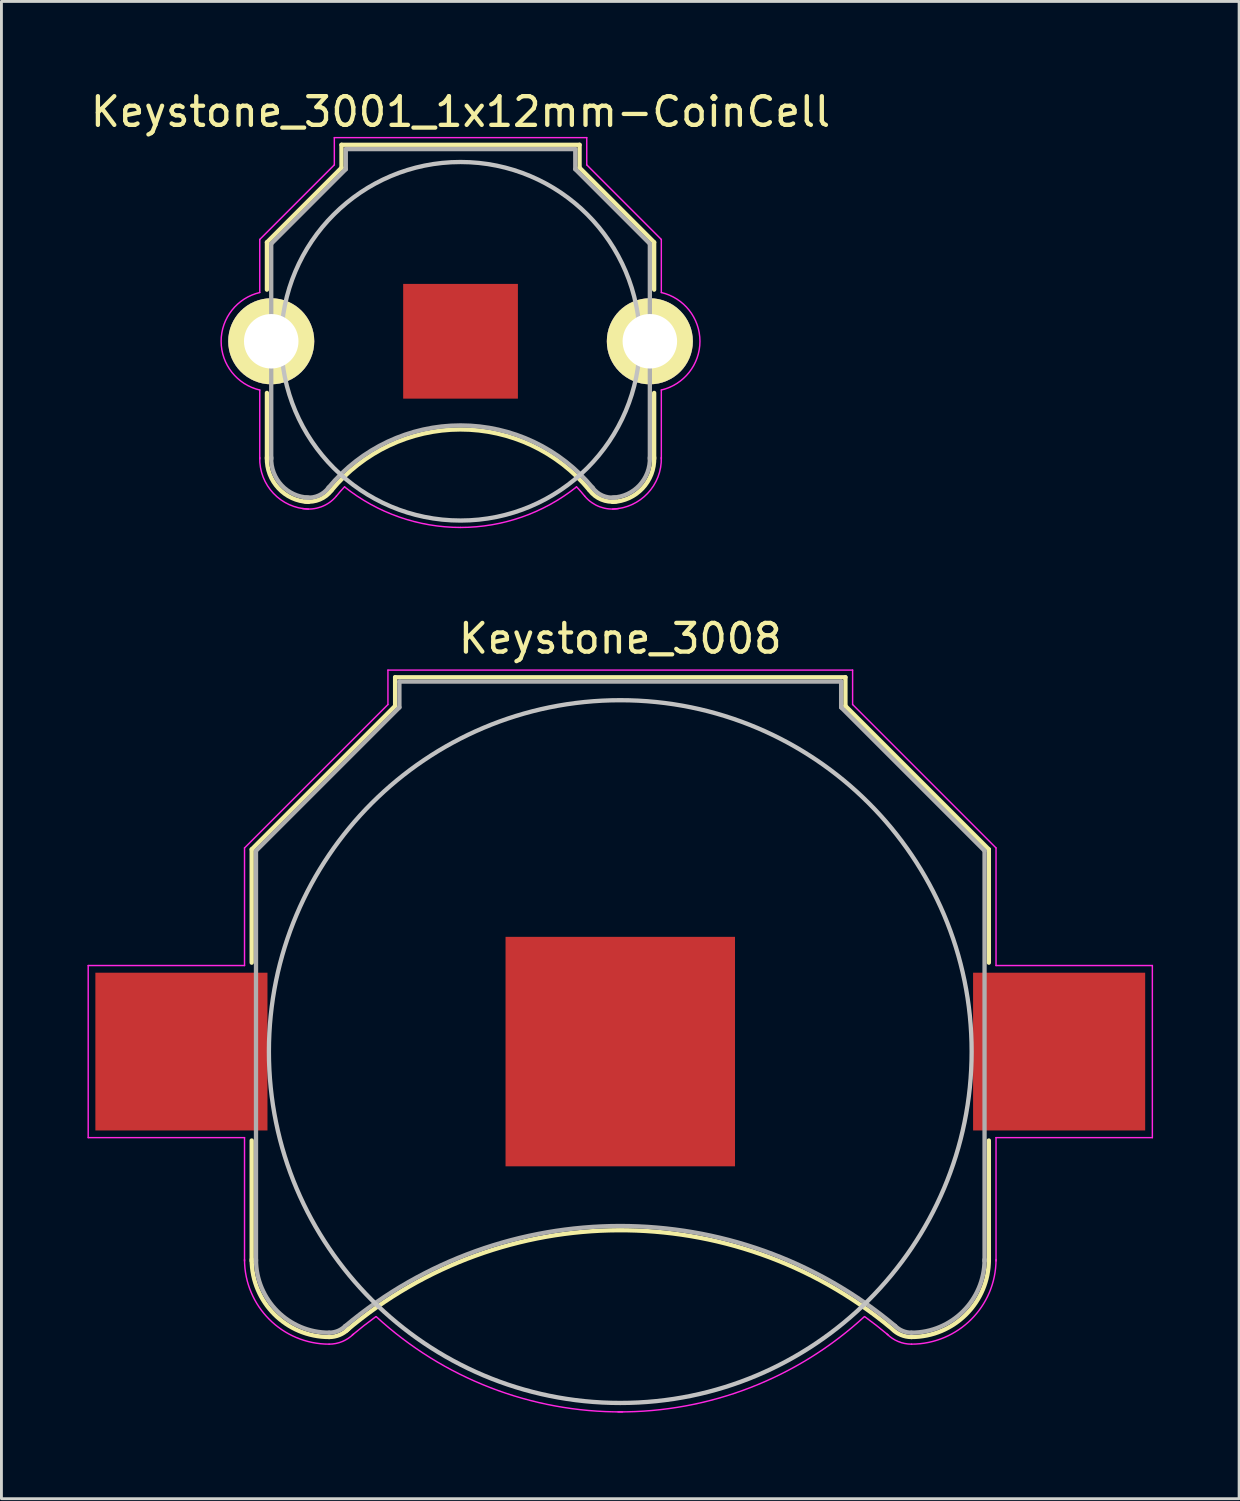
<source format=kicad_pcb>
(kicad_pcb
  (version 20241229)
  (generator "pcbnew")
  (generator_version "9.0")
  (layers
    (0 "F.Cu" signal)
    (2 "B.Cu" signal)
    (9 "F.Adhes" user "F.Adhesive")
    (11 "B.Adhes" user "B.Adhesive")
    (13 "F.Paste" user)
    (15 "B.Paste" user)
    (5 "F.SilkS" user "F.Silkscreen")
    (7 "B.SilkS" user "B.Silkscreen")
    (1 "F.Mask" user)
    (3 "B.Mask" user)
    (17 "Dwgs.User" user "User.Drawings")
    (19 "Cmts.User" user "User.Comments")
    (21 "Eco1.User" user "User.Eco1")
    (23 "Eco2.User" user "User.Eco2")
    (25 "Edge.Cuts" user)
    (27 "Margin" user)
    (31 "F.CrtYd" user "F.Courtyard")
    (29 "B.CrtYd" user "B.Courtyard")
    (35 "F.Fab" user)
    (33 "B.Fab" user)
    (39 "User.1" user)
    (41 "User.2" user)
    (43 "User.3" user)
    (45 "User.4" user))
  (footprint "Keystone_3008"
    (layer "F.Cu")
    (at 18.575 33.612)
    (property "Reference" "Keystone_3008" (at 0 -14.4 0) (layer "F.SilkS") (effects (font (size 1 1) (thickness 0.15))))
    (attr smd)
    (fp_line (start -12.85 -7.05) (end -12.85 -3.1) (stroke (width 0.15) (type solid)) (layer "F.SilkS"))
    (fp_line (start -12.85 3.1) (end -12.85 7.3) (stroke (width 0.15) (type solid)) (layer "F.SilkS"))
    (fp_line (start -7.85 -13.05) (end -7.85 -12.05) (stroke (width 0.15) (type solid)) (layer "F.SilkS"))
    (fp_line (start -7.85 -13.05) (end 7.85 -13.05) (stroke (width 0.15) (type solid)) (layer "F.SilkS"))
    (fp_line (start -7.85 -12.05) (end -12.85 -7.05) (stroke (width 0.15) (type solid)) (layer "F.SilkS"))
    (fp_line (start 7.85 -13.05) (end 7.85 -12.05) (stroke (width 0.15) (type solid)) (layer "F.SilkS"))
    (fp_line (start 7.85 -12.05) (end 12.85 -7.05) (stroke (width 0.15) (type solid)) (layer "F.SilkS"))
    (fp_line (start 12.85 -7.05) (end 12.85 -3.1) (stroke (width 0.15) (type solid)) (layer "F.SilkS"))
    (fp_line (start 12.85 3.1) (end 12.85 7.3) (stroke (width 0.15) (type solid)) (layer "F.SilkS"))
    (fp_arc (start -10.15 9.95) (mid -12.059188 9.159188) (end -12.85 7.25) (stroke (width 0.15) (type solid)) (layer "F.SilkS"))
    (fp_arc (start -9.55 9.73) (mid -0.071508 6.228057) (end 9.440443 9.638071) (stroke (width 0.15) (type solid)) (layer "F.SilkS"))
    (fp_arc (start -9.478249 9.671751) (mid -9.786451 9.877685) (end -10.15 9.95) (stroke (width 0.15) (type solid)) (layer "F.SilkS"))
    (fp_arc (start 10.15 9.95) (mid 9.786451 9.877686) (end 9.478249 9.671751) (stroke (width 0.15) (type solid)) (layer "F.SilkS"))
    (fp_arc (start 12.85 7.25) (mid 12.059188 9.159188) (end 10.15 9.95) (stroke (width 0.15) (type solid)) (layer "F.SilkS"))
    (fp_circle (center 0 0) (end 12.25 0) (stroke (width 0.15) (type solid)) (fill no) (layer "Dwgs.User"))
    (fp_line (start -18.55 -3) (end -18.55 3) (stroke (width 0.05) (type solid)) (layer "F.CrtYd"))
    (fp_line (start -18.55 3) (end -13.1 3) (stroke (width 0.05) (type solid)) (layer "F.CrtYd"))
    (fp_line (start -13.1 -7.1) (end -13.1 -3) (stroke (width 0.05) (type solid)) (layer "F.CrtYd"))
    (fp_line (start -13.1 -3) (end -18.55 -3) (stroke (width 0.05) (type solid)) (layer "F.CrtYd"))
    (fp_line (start -13.1 3) (end -13.1 7.3) (stroke (width 0.05) (type solid)) (layer "F.CrtYd"))
    (fp_line (start -8.1 -13.3) (end -8.1 -12.1) (stroke (width 0.05) (type solid)) (layer "F.CrtYd"))
    (fp_line (start -8.1 -13.3) (end 8.1 -13.3) (stroke (width 0.05) (type solid)) (layer "F.CrtYd"))
    (fp_line (start -8.1 -12.1) (end -13.1 -7.1) (stroke (width 0.05) (type solid)) (layer "F.CrtYd"))
    (fp_line (start 8.1 -13.3) (end 8.1 -12.1) (stroke (width 0.05) (type solid)) (layer "F.CrtYd"))
    (fp_line (start 8.1 -12.1) (end 13.1 -7.1) (stroke (width 0.05) (type solid)) (layer "F.CrtYd"))
    (fp_line (start 13.1 -7.1) (end 13.1 -3) (stroke (width 0.05) (type solid)) (layer "F.CrtYd"))
    (fp_line (start 13.1 -3) (end 18.55 -3) (stroke (width 0.05) (type solid)) (layer "F.CrtYd"))
    (fp_line (start 13.1 3) (end 13.1 7.3) (stroke (width 0.05) (type solid)) (layer "F.CrtYd"))
    (fp_line (start 18.55 -3) (end 18.55 3) (stroke (width 0.05) (type solid)) (layer "F.CrtYd"))
    (fp_line (start 18.55 3) (end 13.1 3) (stroke (width 0.05) (type solid)) (layer "F.CrtYd"))
    (fp_arc (start -10.15 10.2) (mid -12.235965 9.335965) (end -13.1 7.25) (stroke (width 0.05) (type solid)) (layer "F.CrtYd"))
    (fp_arc (start -9.34 9.88) (mid -8.936242 9.55301) (end -8.521045 9.240672) (stroke (width 0.05) (type solid)) (layer "F.CrtYd"))
    (fp_arc (start -9.301472 9.848528) (mid -9.69078 10.108655) (end -10.15 10.2) (stroke (width 0.05) (type solid)) (layer "F.CrtYd"))
    (fp_arc (start 0.077845 12.561514) (mid -4.531382 11.715984) (end -8.51 9.24) (stroke (width 0.05) (type solid)) (layer "F.CrtYd"))
    (fp_arc (start 8.51 9.24) (mid 4.531382 11.715984) (end -0.077845 12.561514) (stroke (width 0.05) (type solid)) (layer "F.CrtYd"))
    (fp_arc (start 8.521045 9.240672) (mid 8.936242 9.55301) (end 9.34 9.88) (stroke (width 0.05) (type solid)) (layer "F.CrtYd"))
    (fp_arc (start 10.15 10.2) (mid 9.69078 10.108655) (end 9.301472 9.848528) (stroke (width 0.05) (type solid)) (layer "F.CrtYd"))
    (fp_arc (start 13.1 7.25) (mid 12.235965 9.335965) (end 10.15 10.2) (stroke (width 0.05) (type solid)) (layer "F.CrtYd"))
    (fp_line (start -12.7 -7) (end -12.7 7.3) (stroke (width 0.15) (type solid)) (layer "F.Fab"))
    (fp_line (start -7.7 -12.9) (end -7.7 -12) (stroke (width 0.15) (type solid)) (layer "F.Fab"))
    (fp_line (start -7.7 -12.9) (end 7.7 -12.9) (stroke (width 0.15) (type solid)) (layer "F.Fab"))
    (fp_line (start -7.7 -12) (end -12.7 -7) (stroke (width 0.15) (type solid)) (layer "F.Fab"))
    (fp_line (start 7.7 -12.9) (end 7.7 -12) (stroke (width 0.15) (type solid)) (layer "F.Fab"))
    (fp_line (start 7.7 -12) (end 12.7 -7) (stroke (width 0.15) (type solid)) (layer "F.Fab"))
    (fp_line (start 12.7 -7) (end 12.7 7.3) (stroke (width 0.15) (type solid)) (layer "F.Fab"))
    (fp_arc (start -10.15 9.8) (mid -11.953122 9.053122) (end -12.7 7.25) (stroke (width 0.15) (type solid)) (layer "F.Fab"))
    (fp_arc (start -9.6 9.58) (mid -0.013392 6.081011) (end 9.579482 9.562783) (stroke (width 0.15) (type solid)) (layer "F.Fab"))
    (fp_arc (start -9.584315 9.565685) (mid -9.843853 9.739103) (end -10.15 9.8) (stroke (width 0.15) (type solid)) (layer "F.Fab"))
    (fp_arc (start 10.15 9.8) (mid 9.843853 9.739104) (end 9.584315 9.565685) (stroke (width 0.15) (type solid)) (layer "F.Fab"))
    (fp_arc (start 12.7 7.25) (mid 11.953122 9.053122) (end 10.15 9.8) (stroke (width 0.15) (type solid)) (layer "F.Fab"))
    (pad "1" smd rect (at -15.3 0) (size 6 5.5) (layers "F.Cu" "F.Mask" "F.Paste"))
    (pad "1" smd rect (at 15.3 0) (size 6 5.5) (layers "F.Cu" "F.Mask" "F.Paste"))
    (pad "2" smd rect (at 0 0) (size 8 8) (layers "F.Cu" "F.Mask" "F.Paste")))
  (footprint "Keystone_3001_1x12mm-CoinCell"
    (layer "F.Cu")
    (at 13.006 8.848)
    (property "Reference" "Keystone_3001_1x12mm-CoinCell" (at 0 -8 0) (layer "F.SilkS") (effects (font (size 1 1) (thickness 0.15))))
    (attr through_hole)
    (fp_line (start -6.75 -3.45) (end -4.15 -6.05) (stroke (width 0.15) (type solid)) (layer "F.SilkS"))
    (fp_line (start -6.75 -1.8) (end -6.75 -3.45) (stroke (width 0.15) (type solid)) (layer "F.SilkS"))
    (fp_line (start -6.75 1.8) (end -6.75 4.1) (stroke (width 0.15) (type solid)) (layer "F.SilkS"))
    (fp_line (start -4.15 -6.85) (end 4.15 -6.85) (stroke (width 0.15) (type solid)) (layer "F.SilkS"))
    (fp_line (start -4.15 -6.05) (end -4.15 -6.85) (stroke (width 0.15) (type solid)) (layer "F.SilkS"))
    (fp_line (start 4.15 -6.85) (end 4.15 -6.05) (stroke (width 0.15) (type solid)) (layer "F.SilkS"))
    (fp_line (start 4.15 -6.05) (end 6.75 -3.45) (stroke (width 0.15) (type solid)) (layer "F.SilkS"))
    (fp_line (start 6.75 -3.45) (end 6.75 -1.8) (stroke (width 0.15) (type solid)) (layer "F.SilkS"))
    (fp_line (start 6.75 1.8) (end 6.75 4.1) (stroke (width 0.15) (type solid)) (layer "F.SilkS"))
    (fp_arc (start -5.3 5.6) (mid -6.346016 5.125305) (end -6.75 4.05) (stroke (width 0.15) (type solid)) (layer "F.SilkS"))
    (fp_arc (start -4.5 5.2) (mid -4.90584 5.514615) (end -5.414615 5.58416) (stroke (width 0.15) (type solid)) (layer "F.SilkS"))
    (fp_arc (start -4.5 5.2) (mid -0.007341 3.0742) (end 4.490661 5.188671) (stroke (width 0.15) (type solid)) (layer "F.SilkS"))
    (fp_arc (start 5.414615 5.58416) (mid 4.90584 5.514615) (end 4.5 5.2) (stroke (width 0.15) (type solid)) (layer "F.SilkS"))
    (fp_arc (start 6.75 4.05) (mid 6.346016 5.125305) (end 5.3 5.6) (stroke (width 0.15) (type solid)) (layer "F.SilkS"))
    (fp_circle (center 0 0) (end 0 6.25) (stroke (width 0.15) (type solid)) (fill no) (layer "Dwgs.User"))
    (fp_line (start -7 -3.55) (end -4.4 -6.15) (stroke (width 0.05) (type solid)) (layer "F.CrtYd"))
    (fp_line (start -7 -1.7) (end -7 -3.55) (stroke (width 0.05) (type solid)) (layer "F.CrtYd"))
    (fp_line (start -7 1.7) (end -7 4.1) (stroke (width 0.05) (type solid)) (layer "F.CrtYd"))
    (fp_line (start -4.4 -7.1) (end 4.4 -7.1) (stroke (width 0.05) (type solid)) (layer "F.CrtYd"))
    (fp_line (start -4.4 -6.15) (end -4.4 -7.1) (stroke (width 0.05) (type solid)) (layer "F.CrtYd"))
    (fp_line (start 4.4 -6.15) (end 4.4 -7.1) (stroke (width 0.05) (type solid)) (layer "F.CrtYd"))
    (fp_line (start 7 -3.55) (end 4.4 -6.15) (stroke (width 0.05) (type solid)) (layer "F.CrtYd"))
    (fp_line (start 7 -1.7) (end 7 -3.55) (stroke (width 0.05) (type solid)) (layer "F.CrtYd"))
    (fp_line (start 7 1.7) (end 7 4.1) (stroke (width 0.05) (type solid)) (layer "F.CrtYd"))
    (fp_arc (start -7 1.7) (mid -8.346425 0.000289) (end -7.000563 -1.699868) (stroke (width 0.05) (type solid)) (layer "F.CrtYd"))
    (fp_arc (start -5.3 5.85) (mid -6.522792 5.302082) (end -7 4.05) (stroke (width 0.05) (type solid)) (layer "F.CrtYd"))
    (fp_arc (start -4.33 5.4) (mid -4.858615 5.77282) (end -5.50282 5.831384) (stroke (width 0.05) (type solid)) (layer "F.CrtYd"))
    (fp_arc (start -4.33 5.4) (mid -4.189252 5.232703) (end -4.042045 5.071061) (stroke (width 0.05) (type solid)) (layer "F.CrtYd"))
    (fp_arc (start 0.000637 6.490609) (mid -2.139291 6.127923) (end -4.04 5.08) (stroke (width 0.05) (type solid)) (layer "F.CrtYd"))
    (fp_arc (start 4.04 5.08) (mid 2.139291 6.127922) (end -0.000637 6.490609) (stroke (width 0.05) (type solid)) (layer "F.CrtYd"))
    (fp_arc (start 4.042045 5.071061) (mid 4.189252 5.232703) (end 4.33 5.4) (stroke (width 0.05) (type solid)) (layer "F.CrtYd"))
    (fp_arc (start 5.50282 5.831384) (mid 4.858616 5.77282) (end 4.33 5.4) (stroke (width 0.05) (type solid)) (layer "F.CrtYd"))
    (fp_arc (start 7 4.05) (mid 6.522792 5.302082) (end 5.3 5.85) (stroke (width 0.05) (type solid)) (layer "F.CrtYd"))
    (fp_arc (start 7.000563 -1.699868) (mid 8.346425 0.000289) (end 7 1.7) (stroke (width 0.05) (type solid)) (layer "F.CrtYd"))
    (fp_line (start -6.6 -3.4) (end -6.6 4.1) (stroke (width 0.15) (type solid)) (layer "F.Fab"))
    (fp_line (start -4 -6.7) (end -4 -6) (stroke (width 0.15) (type solid)) (layer "F.Fab"))
    (fp_line (start -4 -6.7) (end 4 -6.7) (stroke (width 0.15) (type solid)) (layer "F.Fab"))
    (fp_line (start -4 -6) (end -6.6 -3.4) (stroke (width 0.15) (type solid)) (layer "F.Fab"))
    (fp_line (start 4 -6.7) (end 4 -6) (stroke (width 0.15) (type solid)) (layer "F.Fab"))
    (fp_line (start 4 -6) (end 6.6 -3.4) (stroke (width 0.15) (type solid)) (layer "F.Fab"))
    (fp_line (start 6.6 -3.4) (end 6.6 4.1) (stroke (width 0.15) (type solid)) (layer "F.Fab"))
    (fp_arc (start -5.3 5.45) (mid -6.239949 5.019239) (end -6.6 4.05) (stroke (width 0.15) (type solid)) (layer "F.Fab"))
    (fp_arc (start -4.6 5.1) (mid -4.942443 5.378013) (end -5.378013 5.447558) (stroke (width 0.15) (type solid)) (layer "F.Fab"))
    (fp_arc (start -4.6 5.1) (mid 0.006214 2.93343) (end 4.607905 5.109589) (stroke (width 0.15) (type solid)) (layer "F.Fab"))
    (fp_arc (start 5.378013 5.447558) (mid 4.942442 5.378013) (end 4.6 5.1) (stroke (width 0.15) (type solid)) (layer "F.Fab"))
    (fp_arc (start 6.6 4.05) (mid 6.239949 5.019239) (end 5.3 5.45) (stroke (width 0.15) (type solid)) (layer "F.Fab"))
    (pad "1" thru_hole circle (at -6.6 0) (size 3 3) (drill 1.9) (layers "*.Cu" "*.Mask" "F.SilkS"))
    (pad "1" thru_hole circle (at 6.6 0) (size 3 3) (drill 1.9) (layers "*.Cu" "*.Mask" "F.SilkS"))
    (pad "2" smd rect (at 0 0) (size 4 4) (layers "F.Cu" "F.Mask" "F.Paste")))
  (gr_rect
    (start -3 -3)
    (end 40.15 49.199)
    (stroke (width 0.1) (type default))
    (fill no)
    (layer "Edge.Cuts")))
</source>
